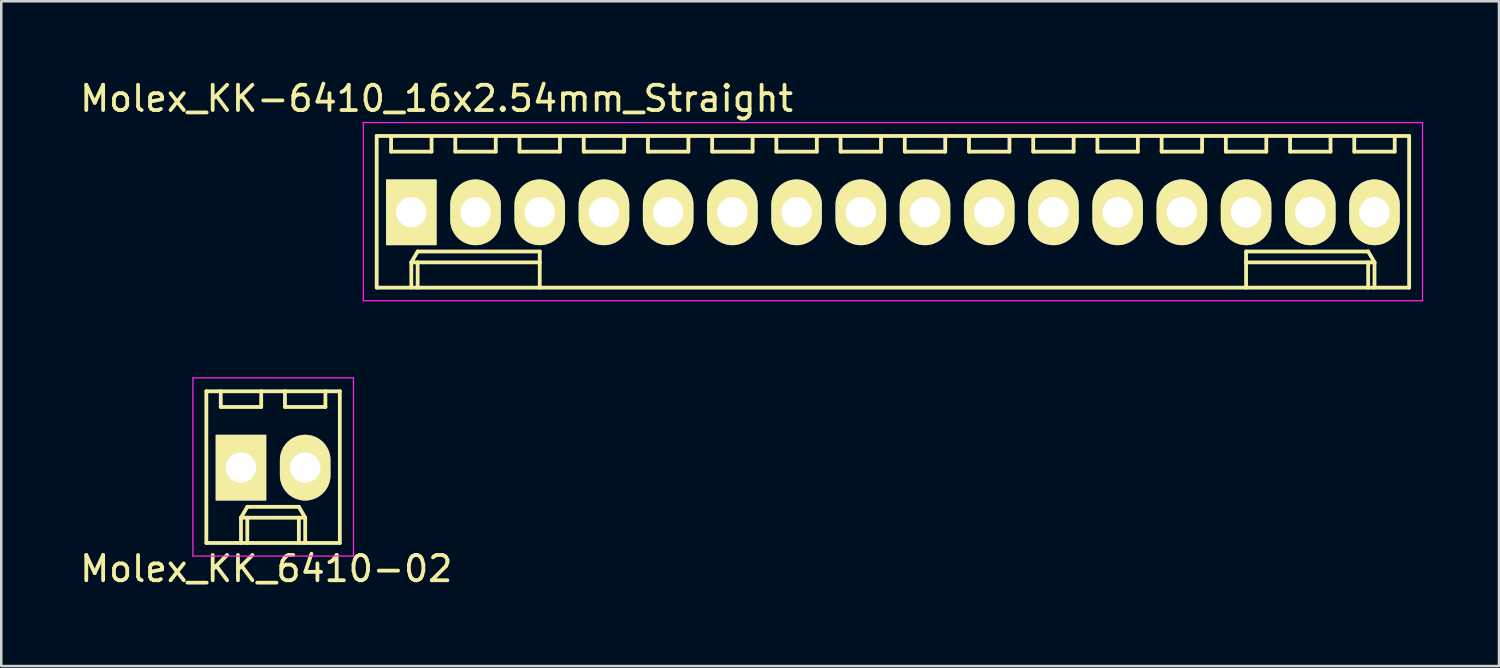
<source format=kicad_pcb>
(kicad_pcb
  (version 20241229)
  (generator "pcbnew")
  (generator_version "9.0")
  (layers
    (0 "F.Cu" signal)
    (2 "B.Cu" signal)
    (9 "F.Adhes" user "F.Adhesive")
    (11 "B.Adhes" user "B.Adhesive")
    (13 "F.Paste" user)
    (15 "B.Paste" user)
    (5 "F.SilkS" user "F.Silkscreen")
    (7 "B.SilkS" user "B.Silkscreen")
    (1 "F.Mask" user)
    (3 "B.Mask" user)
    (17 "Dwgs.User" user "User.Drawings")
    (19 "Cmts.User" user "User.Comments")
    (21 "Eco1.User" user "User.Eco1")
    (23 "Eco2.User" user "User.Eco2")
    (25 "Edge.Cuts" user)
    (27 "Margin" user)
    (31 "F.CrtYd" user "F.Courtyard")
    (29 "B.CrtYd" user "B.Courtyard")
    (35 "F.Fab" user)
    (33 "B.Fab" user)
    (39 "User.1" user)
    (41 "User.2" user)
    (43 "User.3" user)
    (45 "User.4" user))
  (footprint "Molex_KK_6410-02"
    (layer "F.Cu")
    (at 6.482 15.448)
    (property "Reference" "Molex_KK_6410-02" (at 1 4 0) (layer "F.SilkS") (effects (font (size 1 1) (thickness 0.15))))
    (attr through_hole)
    (fp_line (start -1.37 -3.02) (end -1.37 2.98) (stroke (width 0.15) (type solid)) (layer "F.SilkS"))
    (fp_line (start -1.37 2.98) (end 3.91 2.98) (stroke (width 0.15) (type solid)) (layer "F.SilkS"))
    (fp_line (start -0.8 -3.02) (end -0.8 -2.4) (stroke (width 0.15) (type solid)) (layer "F.SilkS"))
    (fp_line (start -0.8 -2.4) (end 0.8 -2.4) (stroke (width 0.15) (type solid)) (layer "F.SilkS"))
    (fp_line (start 0 1.98) (end 0.25 1.55) (stroke (width 0.15) (type solid)) (layer "F.SilkS"))
    (fp_line (start 0 1.98) (end 2.54 1.98) (stroke (width 0.15) (type solid)) (layer "F.SilkS"))
    (fp_line (start 0 2.98) (end 0 1.98) (stroke (width 0.15) (type solid)) (layer "F.SilkS"))
    (fp_line (start 0.25 1.55) (end 2.29 1.55) (stroke (width 0.15) (type solid)) (layer "F.SilkS"))
    (fp_line (start 0.25 2.98) (end 0.25 1.98) (stroke (width 0.15) (type solid)) (layer "F.SilkS"))
    (fp_line (start 0.8 -2.4) (end 0.8 -3.02) (stroke (width 0.15) (type solid)) (layer "F.SilkS"))
    (fp_line (start 1.74 -3.02) (end 1.74 -2.4) (stroke (width 0.15) (type solid)) (layer "F.SilkS"))
    (fp_line (start 1.74 -2.4) (end 3.34 -2.4) (stroke (width 0.15) (type solid)) (layer "F.SilkS"))
    (fp_line (start 2.29 1.55) (end 2.54 1.98) (stroke (width 0.15) (type solid)) (layer "F.SilkS"))
    (fp_line (start 2.29 2.98) (end 2.29 1.98) (stroke (width 0.15) (type solid)) (layer "F.SilkS"))
    (fp_line (start 2.54 1.98) (end 2.54 2.98) (stroke (width 0.15) (type solid)) (layer "F.SilkS"))
    (fp_line (start 3.34 -2.4) (end 3.34 -3.02) (stroke (width 0.15) (type solid)) (layer "F.SilkS"))
    (fp_line (start 3.91 -3.02) (end -1.37 -3.02) (stroke (width 0.15) (type solid)) (layer "F.SilkS"))
    (fp_line (start 3.91 2.98) (end 3.91 -3.02) (stroke (width 0.15) (type solid)) (layer "F.SilkS"))
    (fp_line (start -1.9 -3.55) (end 4.45 -3.55) (stroke (width 0.05) (type solid)) (layer "F.CrtYd"))
    (fp_line (start -1.9 3.5) (end -1.9 -3.55) (stroke (width 0.05) (type solid)) (layer "F.CrtYd"))
    (fp_line (start 4.45 -3.55) (end 4.45 3.5) (stroke (width 0.05) (type solid)) (layer "F.CrtYd"))
    (fp_line (start 4.45 3.5) (end -1.9 3.5) (stroke (width 0.05) (type solid)) (layer "F.CrtYd"))
    (pad "1" thru_hole rect (at 0 0) (size 2 2.6) (drill 1.2) (layers "*.Cu" "*.Mask" "F.SilkS"))
    (pad "2" thru_hole oval (at 2.54 0) (size 2 2.6) (drill 1.2) (layers "*.Cu" "*.Mask" "F.SilkS")))
  (footprint "Molex_KK-6410_16x2.54mm_Straight"
    (layer "F.Cu")
    (at 13.22 5.348)
    (property "Reference" "Molex_KK-6410_16x2.54mm_Straight" (at 1 -4.5 0) (layer "F.SilkS") (effects (font (size 1 1) (thickness 0.15))))
    (attr through_hole)
    (fp_line (start -1.37 -3.02) (end -1.37 2.98) (stroke (width 0.15) (type solid)) (layer "F.SilkS"))
    (fp_line (start -1.37 2.98) (end 39.47 2.98) (stroke (width 0.15) (type solid)) (layer "F.SilkS"))
    (fp_line (start -0.8 -3.02) (end -0.8 -2.4) (stroke (width 0.15) (type solid)) (layer "F.SilkS"))
    (fp_line (start -0.8 -2.4) (end 0.8 -2.4) (stroke (width 0.15) (type solid)) (layer "F.SilkS"))
    (fp_line (start 0 1.98) (end 0.25 1.55) (stroke (width 0.15) (type solid)) (layer "F.SilkS"))
    (fp_line (start 0 1.98) (end 5.08 1.98) (stroke (width 0.15) (type solid)) (layer "F.SilkS"))
    (fp_line (start 0 2.98) (end 0 1.98) (stroke (width 0.15) (type solid)) (layer "F.SilkS"))
    (fp_line (start 0.25 1.55) (end 5.08 1.55) (stroke (width 0.15) (type solid)) (layer "F.SilkS"))
    (fp_line (start 0.25 2.98) (end 0.25 1.98) (stroke (width 0.15) (type solid)) (layer "F.SilkS"))
    (fp_line (start 0.8 -2.4) (end 0.8 -3.02) (stroke (width 0.15) (type solid)) (layer "F.SilkS"))
    (fp_line (start 1.74 -3.02) (end 1.74 -2.4) (stroke (width 0.15) (type solid)) (layer "F.SilkS"))
    (fp_line (start 1.74 -2.4) (end 3.34 -2.4) (stroke (width 0.15) (type solid)) (layer "F.SilkS"))
    (fp_line (start 3.34 -2.4) (end 3.34 -3.02) (stroke (width 0.15) (type solid)) (layer "F.SilkS"))
    (fp_line (start 4.28 -3.02) (end 4.28 -2.4) (stroke (width 0.15) (type solid)) (layer "F.SilkS"))
    (fp_line (start 4.28 -2.4) (end 5.88 -2.4) (stroke (width 0.15) (type solid)) (layer "F.SilkS"))
    (fp_line (start 5.08 1.55) (end 5.08 1.98) (stroke (width 0.15) (type solid)) (layer "F.SilkS"))
    (fp_line (start 5.08 1.98) (end 5.08 2.98) (stroke (width 0.15) (type solid)) (layer "F.SilkS"))
    (fp_line (start 5.88 -2.4) (end 5.88 -3.02) (stroke (width 0.15) (type solid)) (layer "F.SilkS"))
    (fp_line (start 6.82 -3.02) (end 6.82 -2.4) (stroke (width 0.15) (type solid)) (layer "F.SilkS"))
    (fp_line (start 6.82 -2.4) (end 8.42 -2.4) (stroke (width 0.15) (type solid)) (layer "F.SilkS"))
    (fp_line (start 8.42 -2.4) (end 8.42 -3.02) (stroke (width 0.15) (type solid)) (layer "F.SilkS"))
    (fp_line (start 9.36 -3.02) (end 9.36 -2.4) (stroke (width 0.15) (type solid)) (layer "F.SilkS"))
    (fp_line (start 9.36 -2.4) (end 10.96 -2.4) (stroke (width 0.15) (type solid)) (layer "F.SilkS"))
    (fp_line (start 10.96 -2.4) (end 10.96 -3.02) (stroke (width 0.15) (type solid)) (layer "F.SilkS"))
    (fp_line (start 11.9 -3.02) (end 11.9 -2.4) (stroke (width 0.15) (type solid)) (layer "F.SilkS"))
    (fp_line (start 11.9 -2.4) (end 13.5 -2.4) (stroke (width 0.15) (type solid)) (layer "F.SilkS"))
    (fp_line (start 13.5 -2.4) (end 13.5 -3.02) (stroke (width 0.15) (type solid)) (layer "F.SilkS"))
    (fp_line (start 14.44 -3.02) (end 14.44 -2.4) (stroke (width 0.15) (type solid)) (layer "F.SilkS"))
    (fp_line (start 14.44 -2.4) (end 16.04 -2.4) (stroke (width 0.15) (type solid)) (layer "F.SilkS"))
    (fp_line (start 16.04 -2.4) (end 16.04 -3.02) (stroke (width 0.15) (type solid)) (layer "F.SilkS"))
    (fp_line (start 16.98 -3.02) (end 16.98 -2.4) (stroke (width 0.15) (type solid)) (layer "F.SilkS"))
    (fp_line (start 16.98 -2.4) (end 18.58 -2.4) (stroke (width 0.15) (type solid)) (layer "F.SilkS"))
    (fp_line (start 18.58 -2.4) (end 18.58 -3.02) (stroke (width 0.15) (type solid)) (layer "F.SilkS"))
    (fp_line (start 19.52 -3.02) (end 19.52 -2.4) (stroke (width 0.15) (type solid)) (layer "F.SilkS"))
    (fp_line (start 19.52 -2.4) (end 21.12 -2.4) (stroke (width 0.15) (type solid)) (layer "F.SilkS"))
    (fp_line (start 21.12 -2.4) (end 21.12 -3.02) (stroke (width 0.15) (type solid)) (layer "F.SilkS"))
    (fp_line (start 22.06 -3.02) (end 22.06 -2.4) (stroke (width 0.15) (type solid)) (layer "F.SilkS"))
    (fp_line (start 22.06 -2.4) (end 23.66 -2.4) (stroke (width 0.15) (type solid)) (layer "F.SilkS"))
    (fp_line (start 23.66 -2.4) (end 23.66 -3.02) (stroke (width 0.15) (type solid)) (layer "F.SilkS"))
    (fp_line (start 24.6 -3.02) (end 24.6 -2.4) (stroke (width 0.15) (type solid)) (layer "F.SilkS"))
    (fp_line (start 24.6 -2.4) (end 26.2 -2.4) (stroke (width 0.15) (type solid)) (layer "F.SilkS"))
    (fp_line (start 26.2 -2.4) (end 26.2 -3.02) (stroke (width 0.15) (type solid)) (layer "F.SilkS"))
    (fp_line (start 27.14 -3.02) (end 27.14 -2.4) (stroke (width 0.15) (type solid)) (layer "F.SilkS"))
    (fp_line (start 27.14 -2.4) (end 28.74 -2.4) (stroke (width 0.15) (type solid)) (layer "F.SilkS"))
    (fp_line (start 28.74 -2.4) (end 28.74 -3.02) (stroke (width 0.15) (type solid)) (layer "F.SilkS"))
    (fp_line (start 29.68 -3.02) (end 29.68 -2.4) (stroke (width 0.15) (type solid)) (layer "F.SilkS"))
    (fp_line (start 29.68 -2.4) (end 31.28 -2.4) (stroke (width 0.15) (type solid)) (layer "F.SilkS"))
    (fp_line (start 31.28 -2.4) (end 31.28 -3.02) (stroke (width 0.15) (type solid)) (layer "F.SilkS"))
    (fp_line (start 32.22 -3.02) (end 32.22 -2.4) (stroke (width 0.15) (type solid)) (layer "F.SilkS"))
    (fp_line (start 32.22 -2.4) (end 33.82 -2.4) (stroke (width 0.15) (type solid)) (layer "F.SilkS"))
    (fp_line (start 33.02 1.55) (end 33.02 1.98) (stroke (width 0.15) (type solid)) (layer "F.SilkS"))
    (fp_line (start 33.02 1.98) (end 33.02 2.98) (stroke (width 0.15) (type solid)) (layer "F.SilkS"))
    (fp_line (start 33.82 -2.4) (end 33.82 -3.02) (stroke (width 0.15) (type solid)) (layer "F.SilkS"))
    (fp_line (start 34.76 -3.02) (end 34.76 -2.4) (stroke (width 0.15) (type solid)) (layer "F.SilkS"))
    (fp_line (start 34.76 -2.4) (end 36.36 -2.4) (stroke (width 0.15) (type solid)) (layer "F.SilkS"))
    (fp_line (start 36.36 -2.4) (end 36.36 -3.02) (stroke (width 0.15) (type solid)) (layer "F.SilkS"))
    (fp_line (start 37.3 -3.02) (end 37.3 -2.4) (stroke (width 0.15) (type solid)) (layer "F.SilkS"))
    (fp_line (start 37.3 -2.4) (end 38.9 -2.4) (stroke (width 0.15) (type solid)) (layer "F.SilkS"))
    (fp_line (start 37.85 1.55) (end 33.02 1.55) (stroke (width 0.15) (type solid)) (layer "F.SilkS"))
    (fp_line (start 37.85 2.98) (end 37.85 1.98) (stroke (width 0.15) (type solid)) (layer "F.SilkS"))
    (fp_line (start 38.1 1.98) (end 33.02 1.98) (stroke (width 0.15) (type solid)) (layer "F.SilkS"))
    (fp_line (start 38.1 1.98) (end 37.85 1.55) (stroke (width 0.15) (type solid)) (layer "F.SilkS"))
    (fp_line (start 38.1 2.98) (end 38.1 1.98) (stroke (width 0.15) (type solid)) (layer "F.SilkS"))
    (fp_line (start 38.9 -2.4) (end 38.9 -3.02) (stroke (width 0.15) (type solid)) (layer "F.SilkS"))
    (fp_line (start 39.47 -3.02) (end -1.37 -3.02) (stroke (width 0.15) (type solid)) (layer "F.SilkS"))
    (fp_line (start 39.47 2.98) (end 39.47 -3.02) (stroke (width 0.15) (type solid)) (layer "F.SilkS"))
    (fp_line (start -1.9 -3.55) (end 40 -3.55) (stroke (width 0.05) (type solid)) (layer "F.CrtYd"))
    (fp_line (start -1.9 3.5) (end -1.9 -3.55) (stroke (width 0.05) (type solid)) (layer "F.CrtYd"))
    (fp_line (start 40 -3.55) (end 40 3.5) (stroke (width 0.05) (type solid)) (layer "F.CrtYd"))
    (fp_line (start 40 3.5) (end -1.9 3.5) (stroke (width 0.05) (type solid)) (layer "F.CrtYd"))
    (pad "1" thru_hole rect (at 0 0) (size 2 2.6) (drill 1.2) (layers "*.Cu" "*.Mask" "F.SilkS"))
    (pad "2" thru_hole oval (at 2.54 0) (size 2 2.6) (drill 1.2) (layers "*.Cu" "*.Mask" "F.SilkS"))
    (pad "3" thru_hole oval (at 5.08 0) (size 2 2.6) (drill 1.2) (layers "*.Cu" "*.Mask" "F.SilkS"))
    (pad "4" thru_hole oval (at 7.62 0) (size 2 2.6) (drill 1.2) (layers "*.Cu" "*.Mask" "F.SilkS"))
    (pad "5" thru_hole oval (at 10.16 0) (size 2 2.6) (drill 1.2) (layers "*.Cu" "*.Mask" "F.SilkS"))
    (pad "6" thru_hole oval (at 12.7 0) (size 2 2.6) (drill 1.2) (layers "*.Cu" "*.Mask" "F.SilkS"))
    (pad "7" thru_hole oval (at 15.24 0) (size 2 2.6) (drill 1.2) (layers "*.Cu" "*.Mask" "F.SilkS"))
    (pad "8" thru_hole oval (at 17.78 0) (size 2 2.6) (drill 1.2) (layers "*.Cu" "*.Mask" "F.SilkS"))
    (pad "9" thru_hole oval (at 20.32 0) (size 2 2.6) (drill 1.2) (layers "*.Cu" "*.Mask" "F.SilkS"))
    (pad "10" thru_hole oval (at 22.86 0) (size 2 2.6) (drill 1.2) (layers "*.Cu" "*.Mask" "F.SilkS"))
    (pad "11" thru_hole oval (at 25.4 0) (size 2 2.6) (drill 1.2) (layers "*.Cu" "*.Mask" "F.SilkS"))
    (pad "12" thru_hole oval (at 27.94 0) (size 2 2.6) (drill 1.2) (layers "*.Cu" "*.Mask" "F.SilkS"))
    (pad "13" thru_hole oval (at 30.48 0) (size 2 2.6) (drill 1.2) (layers "*.Cu" "*.Mask" "F.SilkS"))
    (pad "14" thru_hole oval (at 33.02 0) (size 2 2.6) (drill 1.2) (layers "*.Cu" "*.Mask" "F.SilkS"))
    (pad "15" thru_hole oval (at 35.56 0) (size 2 2.6) (drill 1.2) (layers "*.Cu" "*.Mask" "F.SilkS"))
    (pad "16" thru_hole oval (at 38.1 0) (size 2 2.6) (drill 1.2) (layers "*.Cu" "*.Mask" "F.SilkS")))
  (gr_rect
    (start -3 -3)
    (end 56.245 23.297)
    (stroke (width 0.1) (type default))
    (fill no)
    (layer "Edge.Cuts")))
</source>
